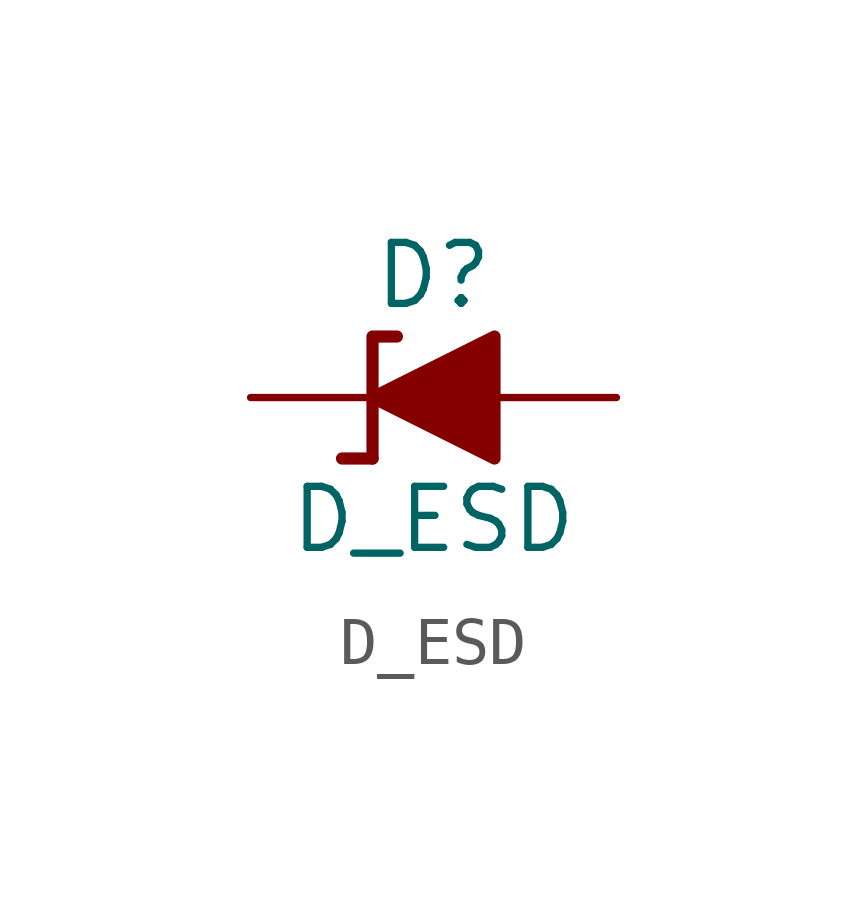
<source format=kicad_sym>
(kicad_symbol_lib
  (version 20231120)
  (generator "kicad_symbol_editor")
  (generator_version "8.0")
  (symbol "D_ESD"
    (pin_numbers hide)
    (pin_names
      (offset 1.016) hide)
    (property "Reference" "D"
      (at 3.81 2.54 0)
      (effects (font (size 1.27 1.27))))
    (property "Value" "D_ESD"
      (at 3.81 -2.54 0)
      (effects (font (size 1.27 1.27))))
    (symbol "D_ESD_0_1"
      (polyline (pts (xy 5.08 0) (xy 2.54 0)) (stroke (width 0) (type default)) (fill (type none)))
      (polyline (pts (xy 2.54 -1.27) (xy 2.54 1.27) (xy 3.048 1.27)) (stroke (width 0.254) (type default)) (fill (type none)))
      (polyline (pts (xy 5.08 -1.27) (xy 5.08 1.27) (xy 2.54 0) (xy 5.08 -1.27)) (stroke (width 0.254) (type default)) (fill (type outline))))
    (symbol "D_ESD_1_1"
      (polyline (pts (xy 2.54 -1.27) (xy 1.905 -1.27)) (stroke (width 0.254) (type default)) (fill (type none)))
      (pin passive line (at 0 0 0) (length 2.54) (name "K" (effects (font (size 1.27 1.27)))) (number "1" (effects (font (size 1.27 1.27)))))
      (pin passive line (at 7.62 0 180) (length 2.54) (name "A" (effects (font (size 1.27 1.27)))) (number "2" (effects (font (size 1.27 1.27))))))))
</source>
